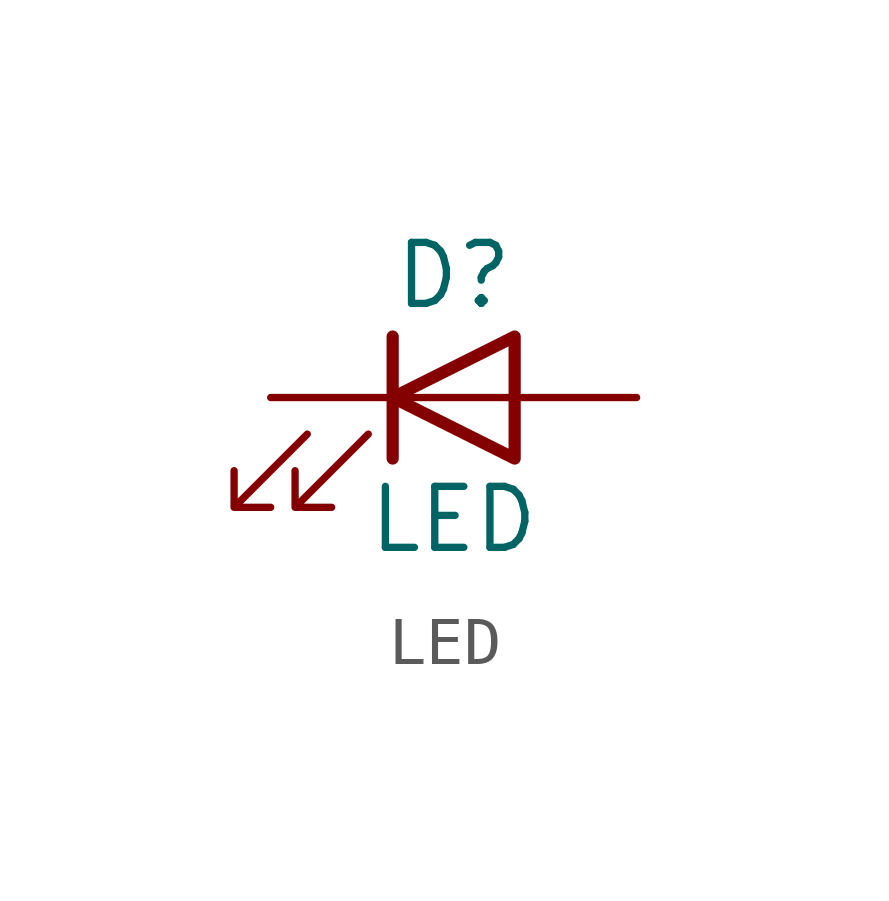
<source format=kicad_sym>
(kicad_symbol_lib
  (version 20220914)
  (generator kicad_symbol_editor)
  (symbol "LED"
    (pin_numbers hide)
    (pin_names
      (offset 1.016) hide)
    (property "Reference" "D"
      (at 0 2.54 0)
      (effects (font (size 1.27 1.27))))
    (property "Value" "LED"
      (at 0 -2.54 0)
      (effects (font (size 1.27 1.27))))
    (symbol "LED_0_1"
      (polyline (pts (xy -1.27 -1.27) (xy -1.27 1.27)) (stroke (width 0.254) (type default)) (fill (type none)))
      (polyline (pts (xy -1.27 0) (xy 1.27 0)) (stroke (width 0) (type default)) (fill (type none)))
      (polyline (pts (xy 1.27 -1.27) (xy 1.27 1.27) (xy -1.27 0) (xy 1.27 -1.27)) (stroke (width 0.254) (type default)) (fill (type none)))
      (polyline (pts (xy -3.048 -0.762) (xy -4.572 -2.286) (xy -3.81 -2.286) (xy -4.572 -2.286) (xy -4.572 -1.524)) (stroke (width 0) (type default)) (fill (type none)))
      (polyline (pts (xy -1.778 -0.762) (xy -3.302 -2.286) (xy -2.54 -2.286) (xy -3.302 -2.286) (xy -3.302 -1.524)) (stroke (width 0) (type default)) (fill (type none))))
    (symbol "LED_1_1"
      (pin passive line (at 3.81 0 180) (length 2.54) (name "A" (effects (font (size 1.27 1.27)))) (number "A" (effects (font (size 1.27 1.27)))))
      (pin passive line (at -3.81 0 0) (length 2.54) (name "C" (effects (font (size 1.27 1.27)))) (number "C" (effects (font (size 1.27 1.27))))))))
</source>
